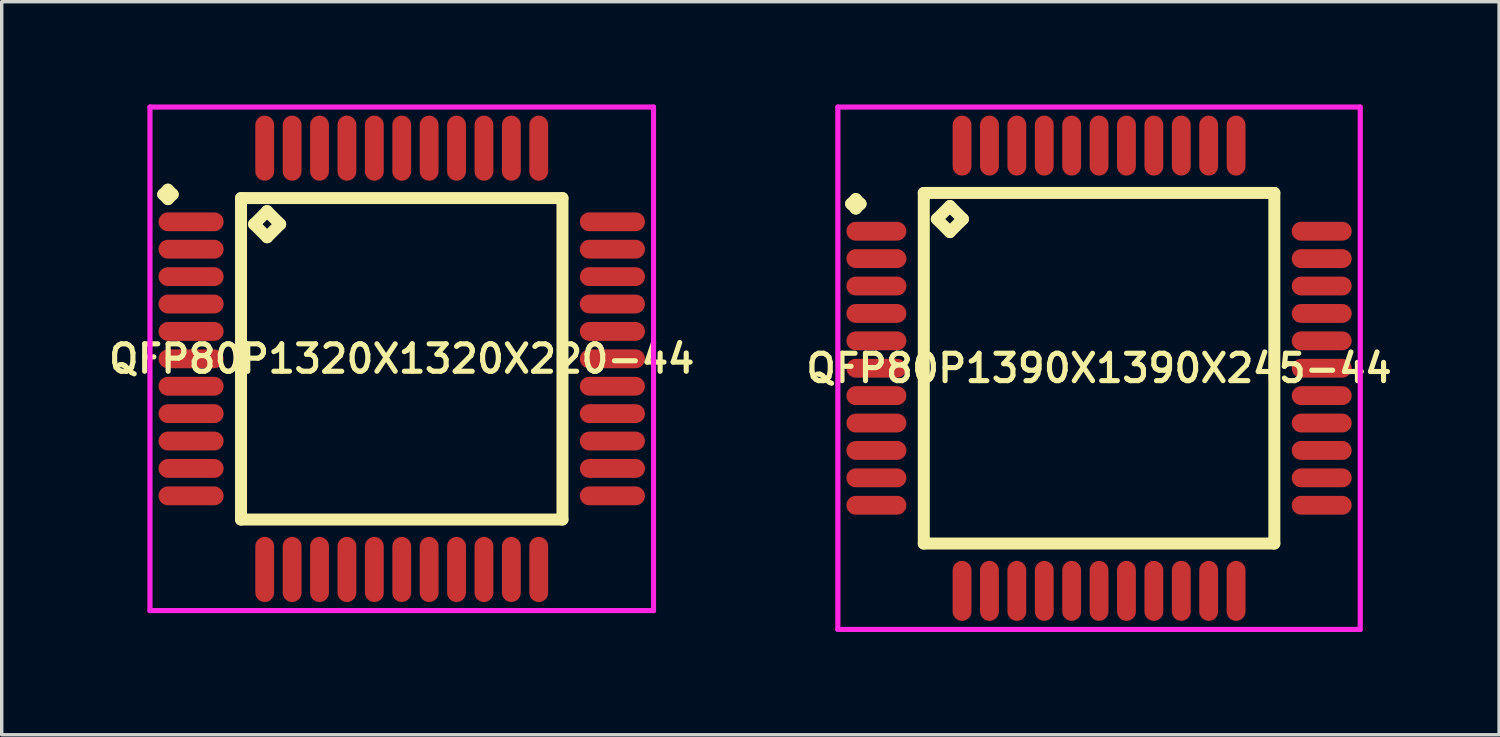
<source format=kicad_pcb>
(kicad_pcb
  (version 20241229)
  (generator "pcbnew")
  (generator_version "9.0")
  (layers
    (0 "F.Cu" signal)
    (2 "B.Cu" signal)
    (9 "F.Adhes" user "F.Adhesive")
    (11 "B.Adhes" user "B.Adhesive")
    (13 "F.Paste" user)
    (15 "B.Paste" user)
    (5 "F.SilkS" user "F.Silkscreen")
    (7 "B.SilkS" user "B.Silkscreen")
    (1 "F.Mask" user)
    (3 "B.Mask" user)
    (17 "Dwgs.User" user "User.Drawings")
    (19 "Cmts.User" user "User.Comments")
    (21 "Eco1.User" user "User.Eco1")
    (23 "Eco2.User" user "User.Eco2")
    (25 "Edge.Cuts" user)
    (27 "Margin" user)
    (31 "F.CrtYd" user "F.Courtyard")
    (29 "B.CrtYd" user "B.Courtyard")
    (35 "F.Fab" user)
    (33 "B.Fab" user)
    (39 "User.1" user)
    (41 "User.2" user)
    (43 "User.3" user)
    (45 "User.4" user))
  (footprint "QFP80P1320X1320X220-44"
    (layer "F.Cu")
    (at 8.678 7.425)
    (property "Reference" "QFP80P1320X1320X220-44" (at 0 0 0) (layer "F.SilkS") (effects (font (size 0.8 0.8) (thickness 0.15))))
    (attr smd)
    (fp_line (start -6.963 -4.8) (end -6.825 -4.938) (stroke (width 0.35) (type solid)) (layer "F.SilkS"))
    (fp_line (start -6.825 -4.938) (end -6.688 -4.8) (stroke (width 0.35) (type solid)) (layer "F.SilkS"))
    (fp_line (start -6.825 -4.662) (end -6.963 -4.8) (stroke (width 0.35) (type solid)) (layer "F.SilkS"))
    (fp_line (start -6.688 -4.8) (end -6.825 -4.662) (stroke (width 0.35) (type solid)) (layer "F.SilkS"))
    (fp_line (start -4.692 -4.692) (end -4.692 4.692) (stroke (width 0.35) (type solid)) (layer "F.SilkS"))
    (fp_line (start -4.692 4.692) (end 4.692 4.692) (stroke (width 0.35) (type solid)) (layer "F.SilkS"))
    (fp_line (start -4.311 -3.93) (end -3.93 -4.311) (stroke (width 0.35) (type solid)) (layer "F.SilkS"))
    (fp_line (start -3.93 -4.311) (end -3.549 -3.93) (stroke (width 0.35) (type solid)) (layer "F.SilkS"))
    (fp_line (start -3.93 -3.549) (end -4.311 -3.93) (stroke (width 0.35) (type solid)) (layer "F.SilkS"))
    (fp_line (start -3.549 -3.93) (end -3.93 -3.549) (stroke (width 0.35) (type solid)) (layer "F.SilkS"))
    (fp_line (start 4.692 -4.692) (end -4.692 -4.692) (stroke (width 0.35) (type solid)) (layer "F.SilkS"))
    (fp_line (start 4.692 4.692) (end 4.692 -4.692) (stroke (width 0.35) (type solid)) (layer "F.SilkS"))
    (fp_line (start -7.35 -7.35) (end 7.35 -7.35) (stroke (width 0.15) (type solid)) (layer "F.CrtYd"))
    (fp_line (start -7.35 7.35) (end -7.35 -7.35) (stroke (width 0.15) (type solid)) (layer "F.CrtYd"))
    (fp_line (start 7.35 -7.35) (end 7.35 7.35) (stroke (width 0.15) (type solid)) (layer "F.CrtYd"))
    (fp_line (start 7.35 7.35) (end -7.35 7.35) (stroke (width 0.15) (type solid)) (layer "F.CrtYd"))
    (pad "1" smd oval (at -6.15 -4) (size 1.9 0.55) (layers "F.Cu" "F.Mask" "F.Paste"))
    (pad "2" smd oval (at -6.15 -3.2) (size 1.9 0.55) (layers "F.Cu" "F.Mask" "F.Paste"))
    (pad "3" smd oval (at -6.15 -2.4) (size 1.9 0.55) (layers "F.Cu" "F.Mask" "F.Paste"))
    (pad "4" smd oval (at -6.15 -1.6) (size 1.9 0.55) (layers "F.Cu" "F.Mask" "F.Paste"))
    (pad "5" smd oval (at -6.15 -0.8) (size 1.9 0.55) (layers "F.Cu" "F.Mask" "F.Paste"))
    (pad "6" smd oval (at -6.15 0) (size 1.9 0.55) (layers "F.Cu" "F.Mask" "F.Paste"))
    (pad "7" smd oval (at -6.15 0.8) (size 1.9 0.55) (layers "F.Cu" "F.Mask" "F.Paste"))
    (pad "8" smd oval (at -6.15 1.6) (size 1.9 0.55) (layers "F.Cu" "F.Mask" "F.Paste"))
    (pad "9" smd oval (at -6.15 2.4) (size 1.9 0.55) (layers "F.Cu" "F.Mask" "F.Paste"))
    (pad "10" smd oval (at -6.15 3.2) (size 1.9 0.55) (layers "F.Cu" "F.Mask" "F.Paste"))
    (pad "11" smd oval (at -6.15 4) (size 1.9 0.55) (layers "F.Cu" "F.Mask" "F.Paste"))
    (pad "12" smd oval (at -4 6.15) (size 0.55 1.9) (layers "F.Cu" "F.Mask" "F.Paste"))
    (pad "13" smd oval (at -3.2 6.15) (size 0.55 1.9) (layers "F.Cu" "F.Mask" "F.Paste"))
    (pad "14" smd oval (at -2.4 6.15) (size 0.55 1.9) (layers "F.Cu" "F.Mask" "F.Paste"))
    (pad "15" smd oval (at -1.6 6.15) (size 0.55 1.9) (layers "F.Cu" "F.Mask" "F.Paste"))
    (pad "16" smd oval (at -0.8 6.15) (size 0.55 1.9) (layers "F.Cu" "F.Mask" "F.Paste"))
    (pad "17" smd oval (at 0 6.15) (size 0.55 1.9) (layers "F.Cu" "F.Mask" "F.Paste"))
    (pad "18" smd oval (at 0.8 6.15) (size 0.55 1.9) (layers "F.Cu" "F.Mask" "F.Paste"))
    (pad "19" smd oval (at 1.6 6.15) (size 0.55 1.9) (layers "F.Cu" "F.Mask" "F.Paste"))
    (pad "20" smd oval (at 2.4 6.15) (size 0.55 1.9) (layers "F.Cu" "F.Mask" "F.Paste"))
    (pad "21" smd oval (at 3.2 6.15) (size 0.55 1.9) (layers "F.Cu" "F.Mask" "F.Paste"))
    (pad "22" smd oval (at 4 6.15) (size 0.55 1.9) (layers "F.Cu" "F.Mask" "F.Paste"))
    (pad "23" smd oval (at 6.15 4) (size 1.9 0.55) (layers "F.Cu" "F.Mask" "F.Paste"))
    (pad "24" smd oval (at 6.15 3.2) (size 1.9 0.55) (layers "F.Cu" "F.Mask" "F.Paste"))
    (pad "25" smd oval (at 6.15 2.4) (size 1.9 0.55) (layers "F.Cu" "F.Mask" "F.Paste"))
    (pad "26" smd oval (at 6.15 1.6) (size 1.9 0.55) (layers "F.Cu" "F.Mask" "F.Paste"))
    (pad "27" smd oval (at 6.15 0.8) (size 1.9 0.55) (layers "F.Cu" "F.Mask" "F.Paste"))
    (pad "28" smd oval (at 6.15 0) (size 1.9 0.55) (layers "F.Cu" "F.Mask" "F.Paste"))
    (pad "29" smd oval (at 6.15 -0.8) (size 1.9 0.55) (layers "F.Cu" "F.Mask" "F.Paste"))
    (pad "30" smd oval (at 6.15 -1.6) (size 1.9 0.55) (layers "F.Cu" "F.Mask" "F.Paste"))
    (pad "31" smd oval (at 6.15 -2.4) (size 1.9 0.55) (layers "F.Cu" "F.Mask" "F.Paste"))
    (pad "32" smd oval (at 6.15 -3.2) (size 1.9 0.55) (layers "F.Cu" "F.Mask" "F.Paste"))
    (pad "33" smd oval (at 6.15 -4) (size 1.9 0.55) (layers "F.Cu" "F.Mask" "F.Paste"))
    (pad "34" smd oval (at 4 -6.15) (size 0.55 1.9) (layers "F.Cu" "F.Mask" "F.Paste"))
    (pad "35" smd oval (at 3.2 -6.15) (size 0.55 1.9) (layers "F.Cu" "F.Mask" "F.Paste"))
    (pad "36" smd oval (at 2.4 -6.15) (size 0.55 1.9) (layers "F.Cu" "F.Mask" "F.Paste"))
    (pad "37" smd oval (at 1.6 -6.15) (size 0.55 1.9) (layers "F.Cu" "F.Mask" "F.Paste"))
    (pad "38" smd oval (at 0.8 -6.15) (size 0.55 1.9) (layers "F.Cu" "F.Mask" "F.Paste"))
    (pad "39" smd oval (at 0 -6.15) (size 0.55 1.9) (layers "F.Cu" "F.Mask" "F.Paste"))
    (pad "40" smd oval (at -0.8 -6.15) (size 0.55 1.9) (layers "F.Cu" "F.Mask" "F.Paste"))
    (pad "41" smd oval (at -1.6 -6.15) (size 0.55 1.9) (layers "F.Cu" "F.Mask" "F.Paste"))
    (pad "42" smd oval (at -2.4 -6.15) (size 0.55 1.9) (layers "F.Cu" "F.Mask" "F.Paste"))
    (pad "43" smd oval (at -3.2 -6.15) (size 0.55 1.9) (layers "F.Cu" "F.Mask" "F.Paste"))
    (pad "44" smd oval (at -4 -6.15) (size 0.55 1.9) (layers "F.Cu" "F.Mask" "F.Paste")))
  (footprint "QFP80P1390X1390X245-44"
    (layer "F.Cu")
    (at 29.035 7.7)
    (property "Reference" "QFP80P1390X1390X245-44" (at 0 0 0) (layer "F.SilkS") (effects (font (size 0.8 0.8) (thickness 0.15))))
    (attr smd)
    (fp_line (start -7.237 -4.8) (end -7.1 -4.938) (stroke (width 0.35) (type solid)) (layer "F.SilkS"))
    (fp_line (start -7.1 -4.938) (end -6.963 -4.8) (stroke (width 0.35) (type solid)) (layer "F.SilkS"))
    (fp_line (start -7.1 -4.662) (end -7.237 -4.8) (stroke (width 0.35) (type solid)) (layer "F.SilkS"))
    (fp_line (start -6.963 -4.8) (end -7.1 -4.662) (stroke (width 0.35) (type solid)) (layer "F.SilkS"))
    (fp_line (start -5.117 -5.117) (end -5.117 5.117) (stroke (width 0.35) (type solid)) (layer "F.SilkS"))
    (fp_line (start -5.117 5.117) (end 5.117 5.117) (stroke (width 0.35) (type solid)) (layer "F.SilkS"))
    (fp_line (start -4.736 -4.355) (end -4.355 -4.736) (stroke (width 0.35) (type solid)) (layer "F.SilkS"))
    (fp_line (start -4.355 -4.736) (end -3.974 -4.355) (stroke (width 0.35) (type solid)) (layer "F.SilkS"))
    (fp_line (start -4.355 -3.974) (end -4.736 -4.355) (stroke (width 0.35) (type solid)) (layer "F.SilkS"))
    (fp_line (start -3.974 -4.355) (end -4.355 -3.974) (stroke (width 0.35) (type solid)) (layer "F.SilkS"))
    (fp_line (start 5.117 -5.117) (end -5.117 -5.117) (stroke (width 0.35) (type solid)) (layer "F.SilkS"))
    (fp_line (start 5.117 5.117) (end 5.117 -5.117) (stroke (width 0.35) (type solid)) (layer "F.SilkS"))
    (fp_line (start -7.625 -7.625) (end 7.625 -7.625) (stroke (width 0.15) (type solid)) (layer "F.CrtYd"))
    (fp_line (start -7.625 7.625) (end -7.625 -7.625) (stroke (width 0.15) (type solid)) (layer "F.CrtYd"))
    (fp_line (start 7.625 -7.625) (end 7.625 7.625) (stroke (width 0.15) (type solid)) (layer "F.CrtYd"))
    (fp_line (start 7.625 7.625) (end -7.625 7.625) (stroke (width 0.15) (type solid)) (layer "F.CrtYd"))
    (pad "1" smd oval (at -6.5 -4) (size 1.75 0.55) (layers "F.Cu" "F.Mask" "F.Paste"))
    (pad "2" smd oval (at -6.5 -3.2) (size 1.75 0.55) (layers "F.Cu" "F.Mask" "F.Paste"))
    (pad "3" smd oval (at -6.5 -2.4) (size 1.75 0.55) (layers "F.Cu" "F.Mask" "F.Paste"))
    (pad "4" smd oval (at -6.5 -1.6) (size 1.75 0.55) (layers "F.Cu" "F.Mask" "F.Paste"))
    (pad "5" smd oval (at -6.5 -0.8) (size 1.75 0.55) (layers "F.Cu" "F.Mask" "F.Paste"))
    (pad "6" smd oval (at -6.5 0) (size 1.75 0.55) (layers "F.Cu" "F.Mask" "F.Paste"))
    (pad "7" smd oval (at -6.5 0.8) (size 1.75 0.55) (layers "F.Cu" "F.Mask" "F.Paste"))
    (pad "8" smd oval (at -6.5 1.6) (size 1.75 0.55) (layers "F.Cu" "F.Mask" "F.Paste"))
    (pad "9" smd oval (at -6.5 2.4) (size 1.75 0.55) (layers "F.Cu" "F.Mask" "F.Paste"))
    (pad "10" smd oval (at -6.5 3.2) (size 1.75 0.55) (layers "F.Cu" "F.Mask" "F.Paste"))
    (pad "11" smd oval (at -6.5 4) (size 1.75 0.55) (layers "F.Cu" "F.Mask" "F.Paste"))
    (pad "12" smd oval (at -4 6.5) (size 0.55 1.75) (layers "F.Cu" "F.Mask" "F.Paste"))
    (pad "13" smd oval (at -3.2 6.5) (size 0.55 1.75) (layers "F.Cu" "F.Mask" "F.Paste"))
    (pad "14" smd oval (at -2.4 6.5) (size 0.55 1.75) (layers "F.Cu" "F.Mask" "F.Paste"))
    (pad "15" smd oval (at -1.6 6.5) (size 0.55 1.75) (layers "F.Cu" "F.Mask" "F.Paste"))
    (pad "16" smd oval (at -0.8 6.5) (size 0.55 1.75) (layers "F.Cu" "F.Mask" "F.Paste"))
    (pad "17" smd oval (at 0 6.5) (size 0.55 1.75) (layers "F.Cu" "F.Mask" "F.Paste"))
    (pad "18" smd oval (at 0.8 6.5) (size 0.55 1.75) (layers "F.Cu" "F.Mask" "F.Paste"))
    (pad "19" smd oval (at 1.6 6.5) (size 0.55 1.75) (layers "F.Cu" "F.Mask" "F.Paste"))
    (pad "20" smd oval (at 2.4 6.5) (size 0.55 1.75) (layers "F.Cu" "F.Mask" "F.Paste"))
    (pad "21" smd oval (at 3.2 6.5) (size 0.55 1.75) (layers "F.Cu" "F.Mask" "F.Paste"))
    (pad "22" smd oval (at 4 6.5) (size 0.55 1.75) (layers "F.Cu" "F.Mask" "F.Paste"))
    (pad "23" smd oval (at 6.5 4) (size 1.75 0.55) (layers "F.Cu" "F.Mask" "F.Paste"))
    (pad "24" smd oval (at 6.5 3.2) (size 1.75 0.55) (layers "F.Cu" "F.Mask" "F.Paste"))
    (pad "25" smd oval (at 6.5 2.4) (size 1.75 0.55) (layers "F.Cu" "F.Mask" "F.Paste"))
    (pad "26" smd oval (at 6.5 1.6) (size 1.75 0.55) (layers "F.Cu" "F.Mask" "F.Paste"))
    (pad "27" smd oval (at 6.5 0.8) (size 1.75 0.55) (layers "F.Cu" "F.Mask" "F.Paste"))
    (pad "28" smd oval (at 6.5 0) (size 1.75 0.55) (layers "F.Cu" "F.Mask" "F.Paste"))
    (pad "29" smd oval (at 6.5 -0.8) (size 1.75 0.55) (layers "F.Cu" "F.Mask" "F.Paste"))
    (pad "30" smd oval (at 6.5 -1.6) (size 1.75 0.55) (layers "F.Cu" "F.Mask" "F.Paste"))
    (pad "31" smd oval (at 6.5 -2.4) (size 1.75 0.55) (layers "F.Cu" "F.Mask" "F.Paste"))
    (pad "32" smd oval (at 6.5 -3.2) (size 1.75 0.55) (layers "F.Cu" "F.Mask" "F.Paste"))
    (pad "33" smd oval (at 6.5 -4) (size 1.75 0.55) (layers "F.Cu" "F.Mask" "F.Paste"))
    (pad "34" smd oval (at 4 -6.5) (size 0.55 1.75) (layers "F.Cu" "F.Mask" "F.Paste"))
    (pad "35" smd oval (at 3.2 -6.5) (size 0.55 1.75) (layers "F.Cu" "F.Mask" "F.Paste"))
    (pad "36" smd oval (at 2.4 -6.5) (size 0.55 1.75) (layers "F.Cu" "F.Mask" "F.Paste"))
    (pad "37" smd oval (at 1.6 -6.5) (size 0.55 1.75) (layers "F.Cu" "F.Mask" "F.Paste"))
    (pad "38" smd oval (at 0.8 -6.5) (size 0.55 1.75) (layers "F.Cu" "F.Mask" "F.Paste"))
    (pad "39" smd oval (at 0 -6.5) (size 0.55 1.75) (layers "F.Cu" "F.Mask" "F.Paste"))
    (pad "40" smd oval (at -0.8 -6.5) (size 0.55 1.75) (layers "F.Cu" "F.Mask" "F.Paste"))
    (pad "41" smd oval (at -1.6 -6.5) (size 0.55 1.75) (layers "F.Cu" "F.Mask" "F.Paste"))
    (pad "42" smd oval (at -2.4 -6.5) (size 0.55 1.75) (layers "F.Cu" "F.Mask" "F.Paste"))
    (pad "43" smd oval (at -3.2 -6.5) (size 0.55 1.75) (layers "F.Cu" "F.Mask" "F.Paste"))
    (pad "44" smd oval (at -4 -6.5) (size 0.55 1.75) (layers "F.Cu" "F.Mask" "F.Paste")))
  (gr_rect
    (start -3 -3)
    (end 40.713 18.4)
    (stroke (width 0.1) (type default))
    (fill no)
    (layer "Edge.Cuts")))
</source>
